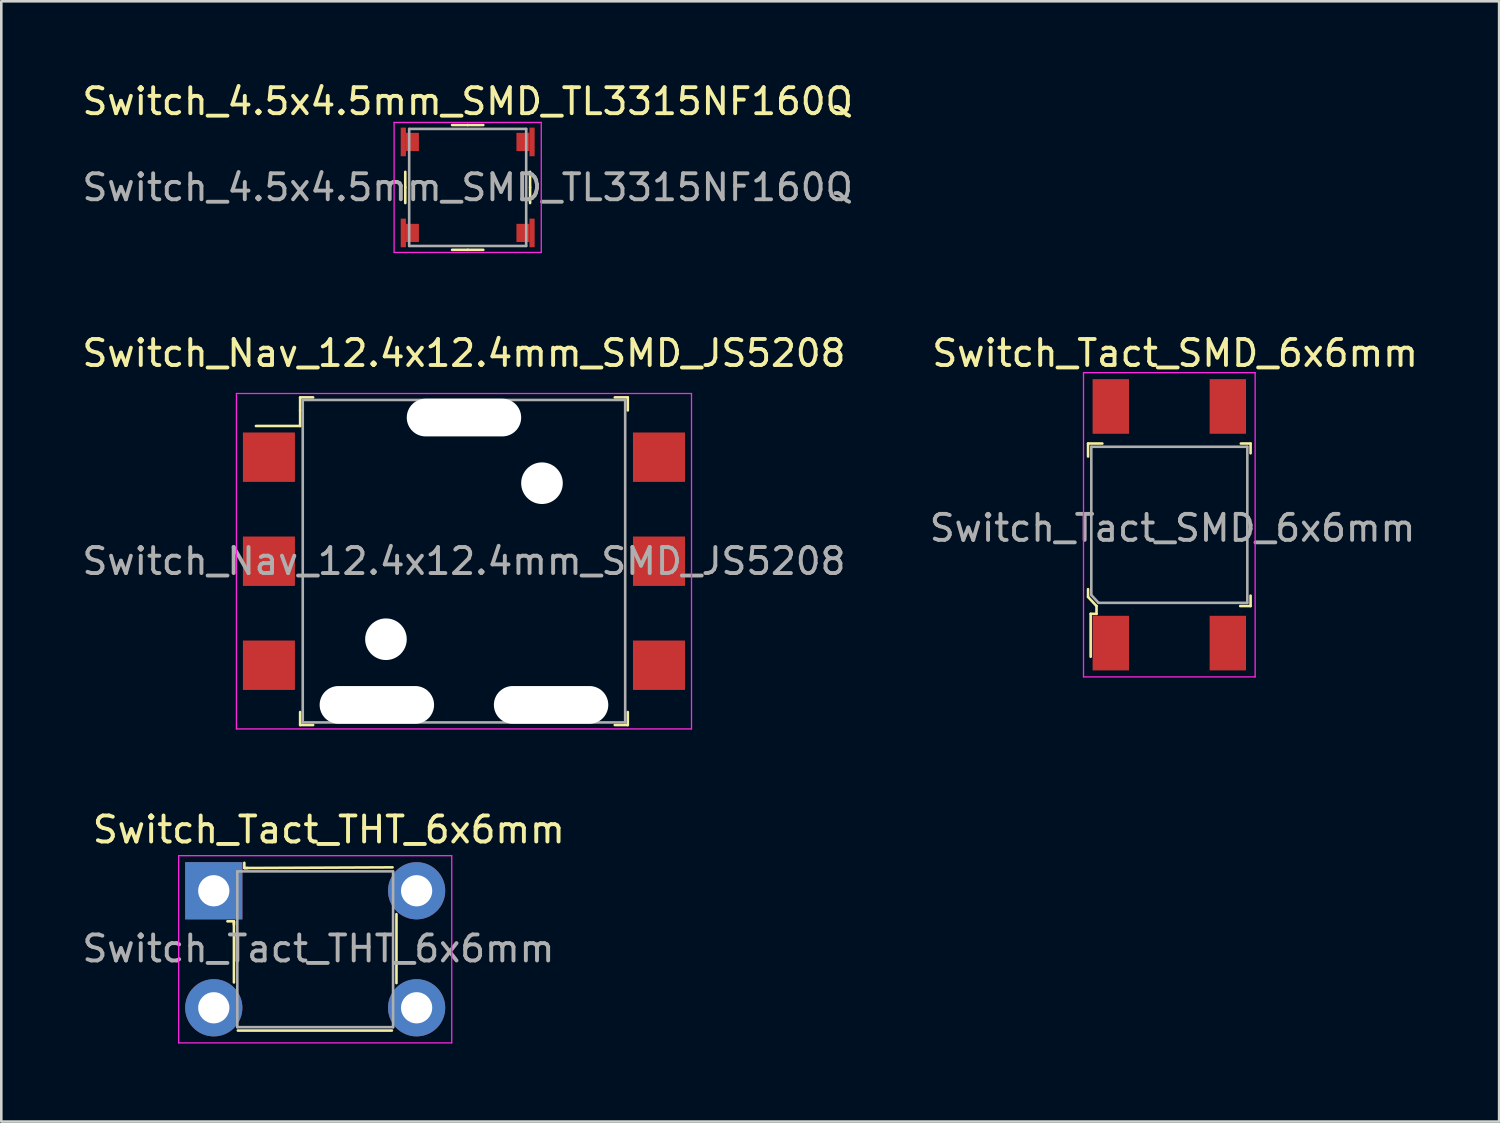
<source format=kicad_pcb>
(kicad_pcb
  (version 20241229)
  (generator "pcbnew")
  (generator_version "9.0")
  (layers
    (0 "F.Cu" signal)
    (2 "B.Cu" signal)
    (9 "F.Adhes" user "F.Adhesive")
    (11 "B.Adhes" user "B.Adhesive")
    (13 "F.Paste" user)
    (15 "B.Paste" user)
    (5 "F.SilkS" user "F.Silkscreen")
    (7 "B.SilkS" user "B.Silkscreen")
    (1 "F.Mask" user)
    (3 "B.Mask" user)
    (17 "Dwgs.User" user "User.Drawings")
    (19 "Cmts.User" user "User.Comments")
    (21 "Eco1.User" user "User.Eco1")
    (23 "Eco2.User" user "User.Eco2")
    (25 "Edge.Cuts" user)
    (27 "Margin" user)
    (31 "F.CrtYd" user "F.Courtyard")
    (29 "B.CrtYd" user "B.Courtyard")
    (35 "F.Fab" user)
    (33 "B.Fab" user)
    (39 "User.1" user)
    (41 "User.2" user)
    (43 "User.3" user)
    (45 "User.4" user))
  (footprint "Switch_Tact_THT_6x6mm"
    (layer "F.Cu")
    (at 5.171 31.205)
    (property "Reference" "Switch_Tact_THT_6x6mm" (at 4.425 -2.35 0) (layer "F.SilkS") (effects (font (size 1 1) (thickness 0.15))))
    (attr through_hole)
    (fp_line (start 0.775 1.175) (end 0.525 1.175) (stroke (width 0.1) (type solid)) (layer "F.SilkS"))
    (fp_line (start 0.775 1.175) (end 0.775 1.3) (stroke (width 0.1) (type solid)) (layer "F.SilkS"))
    (fp_line (start 0.775 1.2) (end 0.775 3.525) (stroke (width 0.1) (type solid)) (layer "F.SilkS"))
    (fp_line (start 1.175 -1.075) (end 1.175 -0.875) (stroke (width 0.1) (type solid)) (layer "F.SilkS"))
    (fp_line (start 1.175 -0.875) (end 1.3 -0.875) (stroke (width 0.1) (type solid)) (layer "F.SilkS"))
    (fp_line (start 1.2 -0.875) (end 6.875 -0.9) (stroke (width 0.1) (type solid)) (layer "F.SilkS"))
    (fp_line (start 6.85 5.375) (end 0.925 5.375) (stroke (width 0.1) (type solid)) (layer "F.SilkS"))
    (fp_line (start 7.025 0.9) (end 7.025 3.55) (stroke (width 0.1) (type solid)) (layer "F.SilkS"))
    (fp_line (start -1.35 -1.35) (end -1.35 5.85) (stroke (width 0.05) (type solid)) (layer "F.CrtYd"))
    (fp_line (start 9.15 -1.35) (end -1.35 -1.35) (stroke (width 0.05) (type solid)) (layer "F.CrtYd"))
    (fp_line (start 9.15 -1.35) (end 9.15 5.85) (stroke (width 0.05) (type solid)) (layer "F.CrtYd"))
    (fp_line (start 9.15 5.85) (end -1.35 5.85) (stroke (width 0.05) (type solid)) (layer "F.CrtYd"))
    (fp_line (start 0.905 -0.745) (end 0.905 5.245) (stroke (width 0.1) (type solid)) (layer "F.Fab"))
    (fp_line (start 0.905 -0.745) (end 6.895 -0.745) (stroke (width 0.1) (type solid)) (layer "F.Fab"))
    (fp_line (start 6.895 -0.745) (end 6.895 5.245) (stroke (width 0.1) (type solid)) (layer "F.Fab"))
    (fp_line (start 6.895 5.245) (end 0.905 5.245) (stroke (width 0.1) (type solid)) (layer "F.Fab"))
    (fp_text user "${REFERENCE}" (at 4.025 2.225 0) (layer "F.Fab") (effects (font (size 1 1) (thickness 0.15))))
    (pad "1" thru_hole rect (at 0 0) (size 2.2 2.2) (drill 1.2) (layers "*.Cu" "*.Mask"))
    (pad "2" thru_hole circle (at 7.8 0) (size 2.2 2.2) (drill 1.2) (layers "*.Cu" "*.Mask"))
    (pad "3" thru_hole circle (at 0 4.5) (size 2.2 2.2) (drill 1.2) (layers "*.Cu" "*.Mask"))
    (pad "4" thru_hole circle (at 7.8 4.5) (size 2.2 2.2) (drill 1.2) (layers "*.Cu" "*.Mask")))
  (footprint "Switch_Tact_SMD_6x6mm"
    (layer "F.Cu")
    (at 41.917 17.131)
    (property "Reference" "Switch_Tact_SMD_6x6mm" (at 0.225 -6.6 0) (layer "F.SilkS") (effects (font (size 1 1) (thickness 0.15))))
    (attr through_hole)
    (fp_line (start -3.125 -3.125) (end -3.125 -2.625) (stroke (width 0.1) (type solid)) (layer "F.SilkS"))
    (fp_line (start -3.125 2.775) (end -3.125 2.475) (stroke (width 0.1) (type solid)) (layer "F.SilkS"))
    (fp_line (start -3.125 2.775) (end -2.8 3.125) (stroke (width 0.1) (type solid)) (layer "F.SilkS"))
    (fp_line (start -3.025 3.425) (end -3.025 5.075) (stroke (width 0.1) (type solid)) (layer "F.SilkS"))
    (fp_line (start -2.8 3.125) (end -2.8 3.425) (stroke (width 0.1) (type solid)) (layer "F.SilkS"))
    (fp_line (start -2.8 3.425) (end -3.025 3.425) (stroke (width 0.1) (type solid)) (layer "F.SilkS"))
    (fp_line (start -2.575 -3.125) (end -3.125 -3.125) (stroke (width 0.1) (type solid)) (layer "F.SilkS"))
    (fp_line (start 2.75 -3.125) (end 3.125 -3.125) (stroke (width 0.1) (type solid)) (layer "F.SilkS"))
    (fp_line (start 3.125 -3.125) (end 3.125 -2.75) (stroke (width 0.1) (type solid)) (layer "F.SilkS"))
    (fp_line (start 3.125 2.725) (end 3.125 3.125) (stroke (width 0.1) (type solid)) (layer "F.SilkS"))
    (fp_line (start 3.125 3.125) (end 2.725 3.125) (stroke (width 0.1) (type solid)) (layer "F.SilkS"))
    (fp_line (start -3.3 -5.85) (end 3.3 -5.85) (stroke (width 0.05) (type solid)) (layer "F.CrtYd"))
    (fp_line (start -3.3 5.85) (end -3.3 -5.85) (stroke (width 0.05) (type solid)) (layer "F.CrtYd"))
    (fp_line (start 3.3 -5.85) (end 3.3 5.85) (stroke (width 0.05) (type solid)) (layer "F.CrtYd"))
    (fp_line (start 3.3 5.85) (end -3.3 5.85) (stroke (width 0.05) (type solid)) (layer "F.CrtYd"))
    (fp_line (start -3 2.7) (end -3 -3) (stroke (width 0.1) (type solid)) (layer "F.Fab"))
    (fp_line (start -3 2.7) (end -2.725 3) (stroke (width 0.1) (type solid)) (layer "F.Fab"))
    (fp_line (start -2.725 3) (end 3 3) (stroke (width 0.1) (type solid)) (layer "F.Fab"))
    (fp_line (start 3 -3) (end -3 -3) (stroke (width 0.1) (type solid)) (layer "F.Fab"))
    (fp_line (start 3 3) (end 3 -3) (stroke (width 0.1) (type solid)) (layer "F.Fab"))
    (fp_text user "${REFERENCE}" (at 0.125 0.125 0) (layer "F.Fab") (effects (font (size 1 1) (thickness 0.15))))
    (pad "1" smd rect (at -2.25 4.55) (size 1.4 2.1) (layers "F.Cu" "F.Mask" "F.Paste"))
    (pad "2" smd rect (at -2.25 -4.55) (size 1.4 2.1) (layers "F.Cu" "F.Mask" "F.Paste"))
    (pad "3" smd rect (at 2.25 4.55) (size 1.4 2.1) (layers "F.Cu" "F.Mask" "F.Paste"))
    (pad "4" smd rect (at 2.25 -4.55) (size 1.4 2.1) (layers "F.Cu" "F.Mask" "F.Paste")))
  (footprint "Switch_Nav_12.4x12.4mm_SMD_JS5208"
    (layer "F.Cu")
    (at 14.792 18.532)
    (property "Reference" "Switch_Nav_12.4x12.4mm_SMD_JS5208" (at 0 -8 0) (layer "F.SilkS") (effects (font (size 1 1) (thickness 0.15))))
    (attr smd)
    (fp_line (start -6.3 -6.3) (end -6.3 -5.8) (stroke (width 0.1) (type solid)) (layer "F.SilkS"))
    (fp_line (start -6.3 -6.3) (end -5.8 -6.3) (stroke (width 0.1) (type solid)) (layer "F.SilkS"))
    (fp_line (start -6.3 -5.8) (end -6.3 -5.2) (stroke (width 0.1) (type solid)) (layer "F.SilkS"))
    (fp_line (start -6.3 -5.2) (end -8 -5.2) (stroke (width 0.1) (type solid)) (layer "F.SilkS"))
    (fp_line (start -6.3 6.3) (end -6.3 5.8) (stroke (width 0.1) (type solid)) (layer "F.SilkS"))
    (fp_line (start -6.3 6.3) (end -5.8 6.3) (stroke (width 0.1) (type solid)) (layer "F.SilkS"))
    (fp_line (start 6.3 -6.3) (end 5.8 -6.3) (stroke (width 0.1) (type solid)) (layer "F.SilkS"))
    (fp_line (start 6.3 -6.3) (end 6.3 -5.8) (stroke (width 0.1) (type solid)) (layer "F.SilkS"))
    (fp_line (start 6.3 6.3) (end 5.8 6.3) (stroke (width 0.1) (type solid)) (layer "F.SilkS"))
    (fp_line (start 6.3 6.3) (end 6.3 5.8) (stroke (width 0.1) (type solid)) (layer "F.SilkS"))
    (fp_line (start -8.75 -6.45) (end -8.75 6.45) (stroke (width 0.05) (type solid)) (layer "F.CrtYd"))
    (fp_line (start 8.75 -6.45) (end -8.75 -6.45) (stroke (width 0.05) (type solid)) (layer "F.CrtYd"))
    (fp_line (start 8.75 -6.45) (end 8.75 6.45) (stroke (width 0.05) (type solid)) (layer "F.CrtYd"))
    (fp_line (start 8.75 6.45) (end -8.75 6.45) (stroke (width 0.05) (type solid)) (layer "F.CrtYd"))
    (fp_line (start -6.2 -6.2) (end 6.2 -6.2) (stroke (width 0.1) (type solid)) (layer "F.Fab"))
    (fp_line (start -6.2 6.2) (end -6.2 -6.2) (stroke (width 0.1) (type solid)) (layer "F.Fab"))
    (fp_line (start -6.2 6.2) (end 6.2 6.2) (stroke (width 0.1) (type solid)) (layer "F.Fab"))
    (fp_line (start 6.2 6.2) (end 6.2 -6.2) (stroke (width 0.1) (type solid)) (layer "F.Fab"))
    (fp_text user "${REFERENCE}" (at 0 0 0) (layer "F.Fab") (effects (font (size 1 1) (thickness 0.15))))
    (pad "" np_thru_hole oval (at -3.35 5.525) (size 4.4 1.45) (drill oval 4.4 1.45) (layers "*.Cu" "*.Mask"))
    (pad "" np_thru_hole circle (at -3 3) (size 1.6 1.6) (drill 1.6) (layers "*.Cu" "*.Mask"))
    (pad "" np_thru_hole oval (at 0 -5.525) (size 4.4 1.45) (drill oval 4.4 1.45) (layers "*.Cu" "*.Mask"))
    (pad "" np_thru_hole circle (at 3 -3) (size 1.6 1.6) (drill 1.6) (layers "*.Cu" "*.Mask"))
    (pad "" np_thru_hole oval (at 3.35 5.525) (size 4.4 1.45) (drill oval 4.4 1.45) (layers "*.Cu" "*.Mask"))
    (pad "1" smd rect (at -7.5 -4) (size 2 1.9) (layers "F.Cu" "F.Mask" "F.Paste"))
    (pad "2" smd rect (at -7.5 0) (size 2 1.9) (layers "F.Cu" "F.Mask" "F.Paste"))
    (pad "3" smd rect (at -7.5 4) (size 2 1.9) (layers "F.Cu" "F.Mask" "F.Paste"))
    (pad "4" smd rect (at 7.5 -4) (size 2 1.9) (layers "F.Cu" "F.Mask" "F.Paste"))
    (pad "5" smd rect (at 7.5 0) (size 2 1.9) (layers "F.Cu" "F.Mask" "F.Paste"))
    (pad "6" smd rect (at 7.5 4) (size 2 1.9) (layers "F.Cu" "F.Mask" "F.Paste")))
  (footprint "Switch_4.5x4.5mm_SMD_TL3315NF160Q"
    (layer "F.Cu")
    (at 14.935 4.158)
    (property "Reference" "Switch_4.5x4.5mm_SMD_TL3315NF160Q" (at 0 -3.31 0) (layer "F.SilkS") (effects (font (size 1 1) (thickness 0.15))))
    (attr through_hole)
    (fp_line (start -2.4 0) (end -2.4 -0.6) (stroke (width 0.1) (type solid)) (layer "F.SilkS"))
    (fp_line (start -2.4 0) (end -2.4 0.6) (stroke (width 0.1) (type solid)) (layer "F.SilkS"))
    (fp_line (start 0 -2.4) (end -0.6 -2.4) (stroke (width 0.1) (type solid)) (layer "F.SilkS"))
    (fp_line (start 0 -2.4) (end 0.6 -2.4) (stroke (width 0.1) (type solid)) (layer "F.SilkS"))
    (fp_line (start 0 2.4) (end -0.6 2.4) (stroke (width 0.1) (type solid)) (layer "F.SilkS"))
    (fp_line (start 0 2.4) (end 0.6 2.4) (stroke (width 0.1) (type solid)) (layer "F.SilkS"))
    (fp_line (start 2.4 0) (end 2.4 -0.6) (stroke (width 0.1) (type solid)) (layer "F.SilkS"))
    (fp_line (start 2.4 0) (end 2.4 0.6) (stroke (width 0.1) (type solid)) (layer "F.SilkS"))
    (fp_line (start -2.83 -2.5) (end -2.83 2.5) (stroke (width 0.05) (type solid)) (layer "F.CrtYd"))
    (fp_line (start -2.83 -2.5) (end 2.83 -2.5) (stroke (width 0.05) (type solid)) (layer "F.CrtYd"))
    (fp_line (start -2.83 2.5) (end 2.83 2.5) (stroke (width 0.05) (type solid)) (layer "F.CrtYd"))
    (fp_line (start 2.83 -2.5) (end 2.83 2.5) (stroke (width 0.05) (type solid)) (layer "F.CrtYd"))
    (fp_line (start -2.25 2.25) (end -2.25 -2.25) (stroke (width 0.1) (type solid)) (layer "F.Fab"))
    (fp_line (start -2.25 2.25) (end 2.25 2.25) (stroke (width 0.1) (type solid)) (layer "F.Fab"))
    (fp_line (start 2.25 -2.25) (end -2.25 -2.25) (stroke (width 0.1) (type solid)) (layer "F.Fab"))
    (fp_line (start 2.25 2.25) (end 2.25 -2.25) (stroke (width 0.1) (type solid)) (layer "F.Fab"))
    (fp_text user "${REFERENCE}" (at 0 0 0) (layer "F.Fab") (effects (font (size 1 1) (thickness 0.15))))
    (pad "1" smd rect (at -2.475 -1.75) (size 0.2 1.1) (layers "F.Cu" "F.Mask" "F.Paste"))
    (pad "1" smd rect (at -2.125 -1.75) (size 0.5 0.7) (layers "F.Cu" "F.Mask" "F.Paste"))
    (pad "2" smd rect (at 2.125 -1.75) (size 0.5 0.7) (layers "F.Cu" "F.Mask" "F.Paste"))
    (pad "2" smd rect (at 2.475 -1.75) (size 0.2 1.1) (layers "F.Cu" "F.Mask" "F.Paste"))
    (pad "3" smd rect (at -2.475 1.75) (size 0.2 1.1) (layers "F.Cu" "F.Mask" "F.Paste"))
    (pad "3" smd rect (at -2.125 1.75) (size 0.5 0.7) (layers "F.Cu" "F.Mask" "F.Paste"))
    (pad "4" smd rect (at 2.125 1.75) (size 0.5 0.7) (layers "F.Cu" "F.Mask" "F.Paste"))
    (pad "4" smd rect (at 2.475 1.75) (size 0.2 1.1) (layers "F.Cu" "F.Mask" "F.Paste")))
  (gr_rect
    (start -3 -3)
    (end 54.6 40.08)
    (stroke (width 0.1) (type default))
    (fill no)
    (layer "Edge.Cuts")))
</source>
